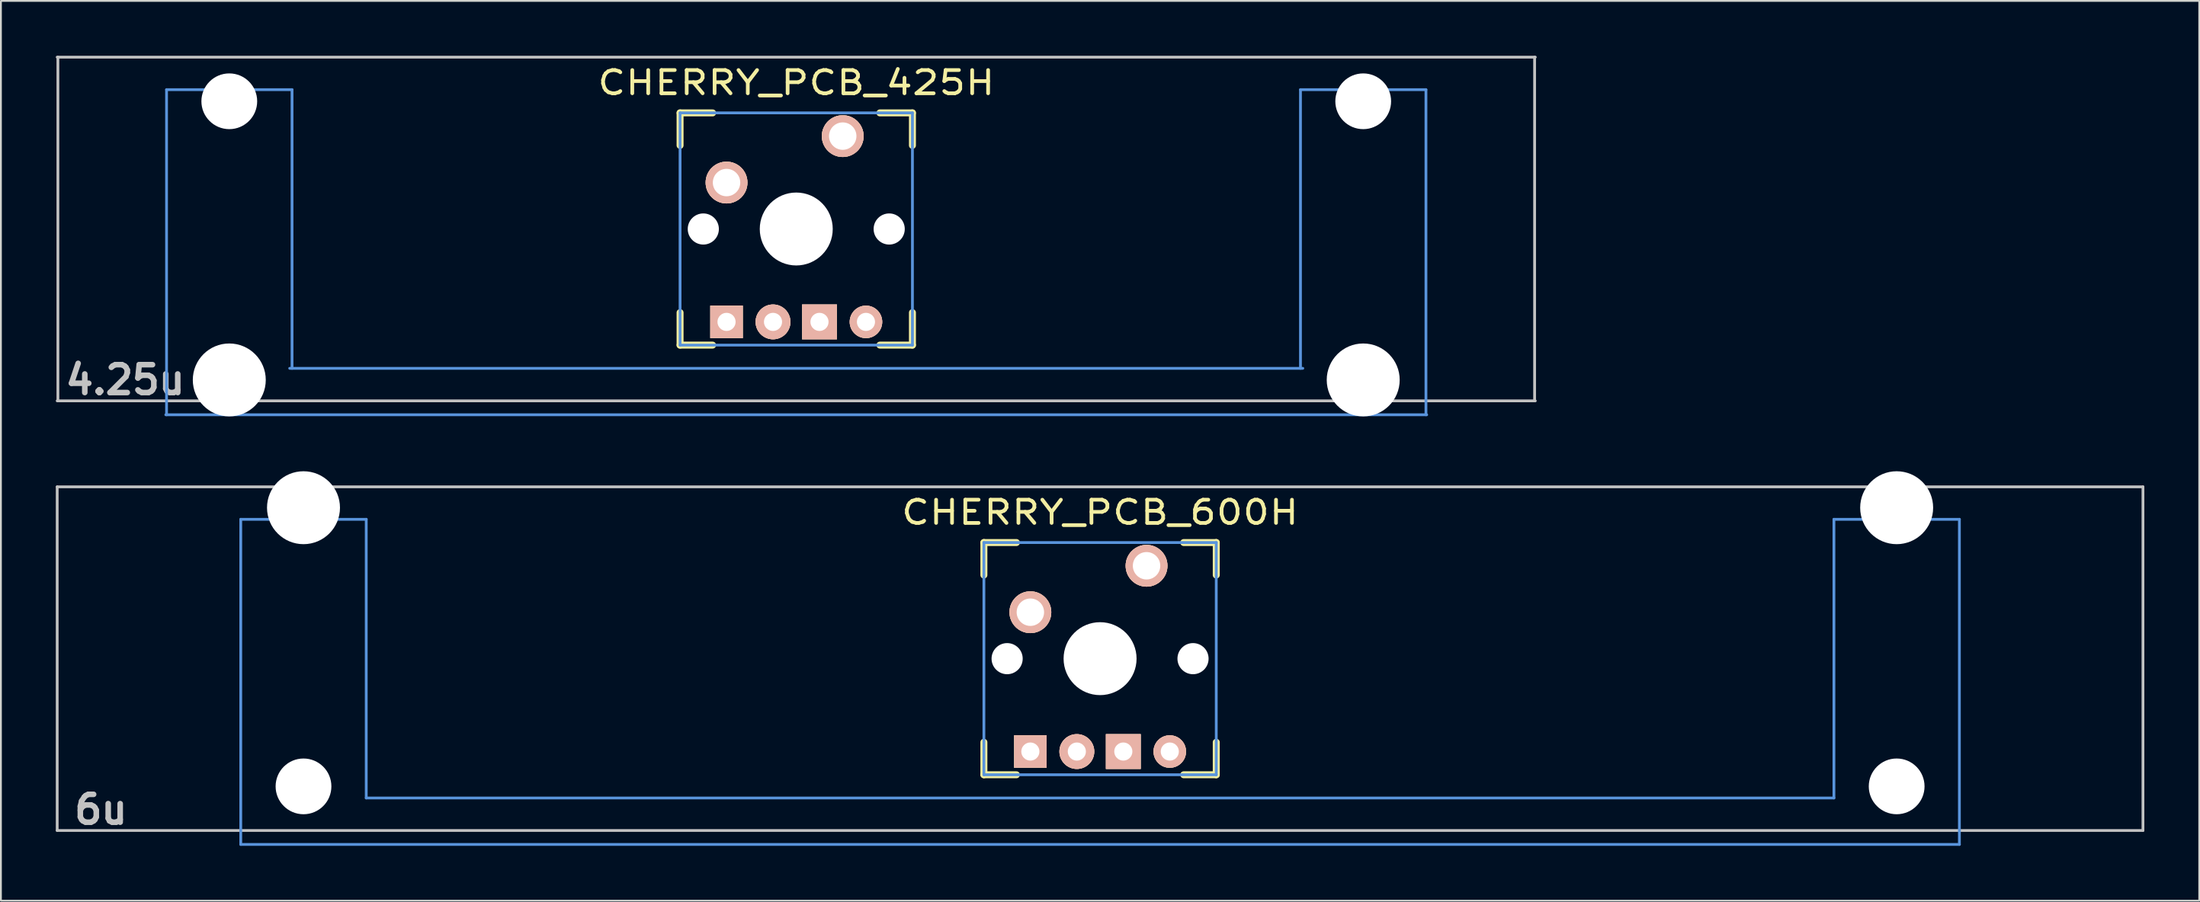
<source format=kicad_pcb>
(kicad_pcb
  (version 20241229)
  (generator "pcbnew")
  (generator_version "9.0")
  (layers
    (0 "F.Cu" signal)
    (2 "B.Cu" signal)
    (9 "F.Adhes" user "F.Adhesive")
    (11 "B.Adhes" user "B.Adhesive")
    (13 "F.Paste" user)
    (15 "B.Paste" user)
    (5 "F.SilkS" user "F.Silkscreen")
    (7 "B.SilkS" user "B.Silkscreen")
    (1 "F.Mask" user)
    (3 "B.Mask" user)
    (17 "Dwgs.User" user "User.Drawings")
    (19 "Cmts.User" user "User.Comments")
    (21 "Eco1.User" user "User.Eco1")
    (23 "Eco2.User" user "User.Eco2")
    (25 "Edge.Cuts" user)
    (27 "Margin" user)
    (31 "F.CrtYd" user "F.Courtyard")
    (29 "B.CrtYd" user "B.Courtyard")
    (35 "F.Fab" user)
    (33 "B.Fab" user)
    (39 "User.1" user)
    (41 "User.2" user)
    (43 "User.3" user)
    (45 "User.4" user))
  (footprint "CHERRY_PCB_425H"
    (layer "F.Cu")
    (at 40.47 9.474)
    (property "Reference" "CHERRY_PCB_425H" (at 0 -8 0) (layer "F.SilkS") (effects (font (size 1.27 1.524) (thickness 0.203))))
    (attr through_hole)
    (fp_line (start -6.35 -6.35) (end -4.572 -6.35) (stroke (width 0.381) (type solid)) (layer "F.SilkS"))
    (fp_line (start -6.35 -4.572) (end -6.35 -6.35) (stroke (width 0.381) (type solid)) (layer "F.SilkS"))
    (fp_line (start -6.35 6.35) (end -6.35 4.572) (stroke (width 0.381) (type solid)) (layer "F.SilkS"))
    (fp_line (start -4.572 6.35) (end -6.35 6.35) (stroke (width 0.381) (type solid)) (layer "F.SilkS"))
    (fp_line (start 4.572 -6.35) (end 6.35 -6.35) (stroke (width 0.381) (type solid)) (layer "F.SilkS"))
    (fp_line (start 6.35 -6.35) (end 6.35 -4.572) (stroke (width 0.381) (type solid)) (layer "F.SilkS"))
    (fp_line (start 6.35 4.572) (end 6.35 6.35) (stroke (width 0.381) (type solid)) (layer "F.SilkS"))
    (fp_line (start 6.35 6.35) (end 4.572 6.35) (stroke (width 0.381) (type solid)) (layer "F.SilkS"))
    (fp_line (start -40.394 -9.398) (end 40.394 -9.398) (stroke (width 0.152) (type solid)) (layer "Dwgs.User"))
    (fp_line (start -40.356 9.398) (end -40.356 -9.398) (stroke (width 0.152) (type solid)) (layer "Dwgs.User"))
    (fp_line (start 40.356 -9.398) (end 40.356 9.398) (stroke (width 0.152) (type solid)) (layer "Dwgs.User"))
    (fp_line (start 40.394 9.398) (end -40.394 9.398) (stroke (width 0.152) (type solid)) (layer "Dwgs.User"))
    (fp_line (start -34.458 10.16) (end 34.458 10.16) (stroke (width 0.152) (type solid)) (layer "Cmts.User"))
    (fp_line (start -34.417 -7.62) (end -34.417 10.16) (stroke (width 0.152) (type solid)) (layer "Cmts.User"))
    (fp_line (start -27.559 -7.62) (end -34.417 -7.62) (stroke (width 0.152) (type solid)) (layer "Cmts.User"))
    (fp_line (start -27.559 7.62) (end -27.559 -7.62) (stroke (width 0.152) (type solid)) (layer "Cmts.User"))
    (fp_line (start -6.35 -6.35) (end 6.35 -6.35) (stroke (width 0.152) (type solid)) (layer "Cmts.User"))
    (fp_line (start -6.35 6.35) (end -6.35 -6.35) (stroke (width 0.152) (type solid)) (layer "Cmts.User"))
    (fp_line (start 6.35 -6.35) (end 6.35 6.35) (stroke (width 0.152) (type solid)) (layer "Cmts.User"))
    (fp_line (start 6.35 6.35) (end -6.35 6.35) (stroke (width 0.152) (type solid)) (layer "Cmts.User"))
    (fp_line (start 27.559 -7.62) (end 27.559 7.62) (stroke (width 0.152) (type solid)) (layer "Cmts.User"))
    (fp_line (start 27.686 7.62) (end -27.686 7.62) (stroke (width 0.152) (type solid)) (layer "Cmts.User"))
    (fp_line (start 34.417 -7.62) (end 27.559 -7.62) (stroke (width 0.152) (type solid)) (layer "Cmts.User"))
    (fp_line (start 34.417 10.16) (end 34.417 -7.62) (stroke (width 0.152) (type solid)) (layer "Cmts.User"))
    (fp_line (start -35.179 -2.286) (end -34.315 -2.286) (stroke (width 0.152) (type solid)) (layer "Eco2.User"))
    (fp_line (start -35.179 0.508) (end -35.179 -2.286) (stroke (width 0.152) (type solid)) (layer "Eco2.User"))
    (fp_line (start -34.315 -5.69) (end -27.661 -5.69) (stroke (width 0.152) (type solid)) (layer "Eco2.User"))
    (fp_line (start -34.315 -2.286) (end -34.315 -5.69) (stroke (width 0.152) (type solid)) (layer "Eco2.User"))
    (fp_line (start -34.315 0.508) (end -35.179 0.508) (stroke (width 0.152) (type solid)) (layer "Eco2.User"))
    (fp_line (start -34.315 6.604) (end -34.315 0.508) (stroke (width 0.152) (type solid)) (layer "Eco2.User"))
    (fp_line (start -33.274 6.604) (end -34.315 6.604) (stroke (width 0.152) (type solid)) (layer "Eco2.User"))
    (fp_line (start -33.274 7.772) (end -33.274 6.604) (stroke (width 0.152) (type solid)) (layer "Eco2.User"))
    (fp_line (start -28.702 6.604) (end -28.702 7.772) (stroke (width 0.152) (type solid)) (layer "Eco2.User"))
    (fp_line (start -28.702 7.772) (end -33.274 7.772) (stroke (width 0.152) (type solid)) (layer "Eco2.User"))
    (fp_line (start -27.699 -2.286) (end -6.985 -2.286) (stroke (width 0.152) (type solid)) (layer "Eco2.User"))
    (fp_line (start -27.661 -5.69) (end -27.661 -2.286) (stroke (width 0.152) (type solid)) (layer "Eco2.User"))
    (fp_line (start -27.661 2.286) (end -27.661 6.604) (stroke (width 0.152) (type solid)) (layer "Eco2.User"))
    (fp_line (start -27.661 6.604) (end -28.702 6.604) (stroke (width 0.152) (type solid)) (layer "Eco2.User"))
    (fp_line (start -6.985 -6.985) (end 6.985 -6.985) (stroke (width 0.152) (type solid)) (layer "Eco2.User"))
    (fp_line (start -6.985 -2.286) (end -6.985 -6.985) (stroke (width 0.152) (type solid)) (layer "Eco2.User"))
    (fp_line (start -6.985 2.286) (end -27.699 2.286) (stroke (width 0.152) (type solid)) (layer "Eco2.User"))
    (fp_line (start -6.985 6.985) (end -6.985 2.286) (stroke (width 0.152) (type solid)) (layer "Eco2.User"))
    (fp_line (start 6.985 -6.985) (end 6.985 -2.286) (stroke (width 0.152) (type solid)) (layer "Eco2.User"))
    (fp_line (start 6.985 -2.286) (end 27.699 -2.286) (stroke (width 0.152) (type solid)) (layer "Eco2.User"))
    (fp_line (start 6.985 2.286) (end 6.985 6.985) (stroke (width 0.152) (type solid)) (layer "Eco2.User"))
    (fp_line (start 6.985 6.985) (end -6.985 6.985) (stroke (width 0.152) (type solid)) (layer "Eco2.User"))
    (fp_line (start 27.661 -5.69) (end 34.315 -5.69) (stroke (width 0.152) (type solid)) (layer "Eco2.User"))
    (fp_line (start 27.661 -2.286) (end 27.661 -5.69) (stroke (width 0.152) (type solid)) (layer "Eco2.User"))
    (fp_line (start 27.661 6.604) (end 27.661 2.286) (stroke (width 0.152) (type solid)) (layer "Eco2.User"))
    (fp_line (start 27.699 2.286) (end 6.985 2.286) (stroke (width 0.152) (type solid)) (layer "Eco2.User"))
    (fp_line (start 28.702 6.604) (end 27.661 6.604) (stroke (width 0.152) (type solid)) (layer "Eco2.User"))
    (fp_line (start 28.702 7.772) (end 28.702 6.604) (stroke (width 0.152) (type solid)) (layer "Eco2.User"))
    (fp_line (start 33.274 6.604) (end 33.274 7.772) (stroke (width 0.152) (type solid)) (layer "Eco2.User"))
    (fp_line (start 33.274 7.772) (end 28.702 7.772) (stroke (width 0.152) (type solid)) (layer "Eco2.User"))
    (fp_line (start 34.315 -5.69) (end 34.315 -2.286) (stroke (width 0.152) (type solid)) (layer "Eco2.User"))
    (fp_line (start 34.315 -2.286) (end 35.179 -2.286) (stroke (width 0.152) (type solid)) (layer "Eco2.User"))
    (fp_line (start 34.315 0.508) (end 34.315 6.604) (stroke (width 0.152) (type solid)) (layer "Eco2.User"))
    (fp_line (start 34.315 6.604) (end 33.274 6.604) (stroke (width 0.152) (type solid)) (layer "Eco2.User"))
    (fp_line (start 35.179 -2.286) (end 35.179 0.508) (stroke (width 0.152) (type solid)) (layer "Eco2.User"))
    (fp_line (start 35.179 0.508) (end 34.315 0.508) (stroke (width 0.152) (type solid)) (layer "Eco2.User"))
    (fp_text user "4.25u" (at -36.673 8.255 0) (layer "Dwgs.User") (effects (font (size 1.524 1.524) (thickness 0.305))))
    (pad "" np_thru_hole circle (at -30.988 -6.985) (size 3.048 3.048) (drill 3.048) (layers "*.Cu"))
    (pad "" np_thru_hole circle (at -30.988 8.255) (size 3.988 3.988) (drill 3.988) (layers "*.Cu"))
    (pad "" np_thru_hole circle (at -5.08 0) (size 1.702 1.702) (drill 1.702) (layers "*.Cu"))
    (pad "" np_thru_hole circle (at 0 0) (size 3.988 3.988) (drill 3.988) (layers "*.Cu"))
    (pad "" np_thru_hole circle (at 5.08 0) (size 1.702 1.702) (drill 1.702) (layers "*.Cu"))
    (pad "" np_thru_hole circle (at 30.988 -6.985) (size 3.048 3.048) (drill 3.048) (layers "*.Cu"))
    (pad "" np_thru_hole circle (at 30.988 8.255) (size 3.988 3.988) (drill 3.988) (layers "*.Cu"))
    (pad "1" thru_hole circle (at 2.54 -5.08) (size 2.286 2.286) (drill 1.499) (layers "*.Cu" "*.SilkS" "*.Mask"))
    (pad "2" thru_hole circle (at -3.81 -2.54) (size 2.286 2.286) (drill 1.499) (layers "*.Cu" "*.SilkS" "*.Mask"))
    (pad "3" thru_hole rect (at -3.81 5.08) (size 1.778 1.778) (drill 0.991) (layers "*.Cu" "*.SilkS" "*.Mask"))
    (pad "4" thru_hole circle (at 3.81 5.08) (size 1.778 1.778) (drill 0.991) (layers "*.Cu" "*.SilkS" "*.Mask"))
    (pad "5" thru_hole circle (at -1.27 5.08) (size 1.905 1.905) (drill 0.991) (layers "*.Cu" "*.SilkS" "*.Mask"))
    (pad "6" thru_hole rect (at 1.27 5.08) (size 1.905 1.905) (drill 0.991) (layers "*.Cu" "*.SilkS" "*.Mask")))
  (footprint "CHERRY_PCB_600H"
    (layer "F.Cu")
    (at 57.076 32.972)
    (property "Reference" "CHERRY_PCB_600H" (at 0 -8 0) (layer "F.SilkS") (effects (font (size 1.27 1.524) (thickness 0.203))))
    (attr through_hole)
    (fp_line (start -6.35 -6.35) (end -4.572 -6.35) (stroke (width 0.381) (type solid)) (layer "F.SilkS"))
    (fp_line (start -6.35 -4.572) (end -6.35 -6.35) (stroke (width 0.381) (type solid)) (layer "F.SilkS"))
    (fp_line (start -6.35 6.35) (end -6.35 4.572) (stroke (width 0.381) (type solid)) (layer "F.SilkS"))
    (fp_line (start -4.572 6.35) (end -6.35 6.35) (stroke (width 0.381) (type solid)) (layer "F.SilkS"))
    (fp_line (start 4.572 -6.35) (end 6.35 -6.35) (stroke (width 0.381) (type solid)) (layer "F.SilkS"))
    (fp_line (start 6.35 -6.35) (end 6.35 -4.572) (stroke (width 0.381) (type solid)) (layer "F.SilkS"))
    (fp_line (start 6.35 4.572) (end 6.35 6.35) (stroke (width 0.381) (type solid)) (layer "F.SilkS"))
    (fp_line (start 6.35 6.35) (end 4.572 6.35) (stroke (width 0.381) (type solid)) (layer "F.SilkS"))
    (fp_line (start -57 -9.398) (end 57 -9.398) (stroke (width 0.152) (type solid)) (layer "Dwgs.User"))
    (fp_line (start -57 9.398) (end -57 -9.398) (stroke (width 0.152) (type solid)) (layer "Dwgs.User"))
    (fp_line (start 57 -9.398) (end 57 9.398) (stroke (width 0.152) (type solid)) (layer "Dwgs.User"))
    (fp_line (start 57 9.398) (end -57 9.398) (stroke (width 0.152) (type solid)) (layer "Dwgs.User"))
    (fp_line (start -46.967 -7.62) (end -46.967 10.16) (stroke (width 0.152) (type solid)) (layer "Cmts.User"))
    (fp_line (start -46.967 10.16) (end 46.967 10.16) (stroke (width 0.152) (type solid)) (layer "Cmts.User"))
    (fp_line (start -40.109 -7.62) (end -46.967 -7.62) (stroke (width 0.152) (type solid)) (layer "Cmts.User"))
    (fp_line (start -40.109 7.62) (end -40.109 -7.62) (stroke (width 0.152) (type solid)) (layer "Cmts.User"))
    (fp_line (start -6.35 -6.35) (end 6.35 -6.35) (stroke (width 0.152) (type solid)) (layer "Cmts.User"))
    (fp_line (start -6.35 6.35) (end -6.35 -6.35) (stroke (width 0.152) (type solid)) (layer "Cmts.User"))
    (fp_line (start 6.35 -6.35) (end 6.35 6.35) (stroke (width 0.152) (type solid)) (layer "Cmts.User"))
    (fp_line (start 6.35 6.35) (end -6.35 6.35) (stroke (width 0.152) (type solid)) (layer "Cmts.User"))
    (fp_line (start 40.109 -7.62) (end 40.109 7.62) (stroke (width 0.152) (type solid)) (layer "Cmts.User"))
    (fp_line (start 40.109 7.62) (end -40.109 7.62) (stroke (width 0.152) (type solid)) (layer "Cmts.User"))
    (fp_line (start 46.967 -7.62) (end 40.109 -7.62) (stroke (width 0.152) (type solid)) (layer "Cmts.User"))
    (fp_line (start 46.967 10.16) (end 46.967 -7.62) (stroke (width 0.152) (type solid)) (layer "Cmts.User"))
    (fp_line (start -47.729 -2.286) (end -46.866 -2.286) (stroke (width 0.152) (type solid)) (layer "Eco2.User"))
    (fp_line (start -47.729 0.508) (end -47.729 -2.286) (stroke (width 0.152) (type solid)) (layer "Eco2.User"))
    (fp_line (start -46.866 -5.69) (end -40.211 -5.69) (stroke (width 0.152) (type solid)) (layer "Eco2.User"))
    (fp_line (start -46.866 -2.286) (end -46.866 -5.69) (stroke (width 0.152) (type solid)) (layer "Eco2.User"))
    (fp_line (start -46.866 0.508) (end -47.729 0.508) (stroke (width 0.152) (type solid)) (layer "Eco2.User"))
    (fp_line (start -46.866 6.604) (end -46.866 0.508) (stroke (width 0.152) (type solid)) (layer "Eco2.User"))
    (fp_line (start -45.824 6.604) (end -46.866 6.604) (stroke (width 0.152) (type solid)) (layer "Eco2.User"))
    (fp_line (start -45.824 7.772) (end -45.824 6.604) (stroke (width 0.152) (type solid)) (layer "Eco2.User"))
    (fp_line (start -41.252 6.604) (end -41.252 7.772) (stroke (width 0.152) (type solid)) (layer "Eco2.User"))
    (fp_line (start -41.252 7.772) (end -45.824 7.772) (stroke (width 0.152) (type solid)) (layer "Eco2.User"))
    (fp_line (start -40.211 -5.69) (end -40.211 -2.286) (stroke (width 0.152) (type solid)) (layer "Eco2.User"))
    (fp_line (start -40.211 -2.286) (end -6.985 -2.286) (stroke (width 0.152) (type solid)) (layer "Eco2.User"))
    (fp_line (start -40.211 2.286) (end -40.211 6.604) (stroke (width 0.152) (type solid)) (layer "Eco2.User"))
    (fp_line (start -40.211 6.604) (end -41.252 6.604) (stroke (width 0.152) (type solid)) (layer "Eco2.User"))
    (fp_line (start -6.985 -6.985) (end 6.985 -6.985) (stroke (width 0.152) (type solid)) (layer "Eco2.User"))
    (fp_line (start -6.985 -2.286) (end -6.985 -6.985) (stroke (width 0.152) (type solid)) (layer "Eco2.User"))
    (fp_line (start -6.985 2.286) (end -40.211 2.286) (stroke (width 0.152) (type solid)) (layer "Eco2.User"))
    (fp_line (start -6.985 6.985) (end -6.985 2.286) (stroke (width 0.152) (type solid)) (layer "Eco2.User"))
    (fp_line (start 6.985 -6.985) (end 6.985 -2.286) (stroke (width 0.152) (type solid)) (layer "Eco2.User"))
    (fp_line (start 6.985 -2.286) (end 40.211 -2.286) (stroke (width 0.152) (type solid)) (layer "Eco2.User"))
    (fp_line (start 6.985 2.286) (end 6.985 6.985) (stroke (width 0.152) (type solid)) (layer "Eco2.User"))
    (fp_line (start 6.985 6.985) (end -6.985 6.985) (stroke (width 0.152) (type solid)) (layer "Eco2.User"))
    (fp_line (start 40.211 -5.69) (end 46.866 -5.69) (stroke (width 0.152) (type solid)) (layer "Eco2.User"))
    (fp_line (start 40.211 -2.286) (end 40.211 -5.69) (stroke (width 0.152) (type solid)) (layer "Eco2.User"))
    (fp_line (start 40.211 2.286) (end 6.985 2.286) (stroke (width 0.152) (type solid)) (layer "Eco2.User"))
    (fp_line (start 40.211 6.604) (end 40.211 2.286) (stroke (width 0.152) (type solid)) (layer "Eco2.User"))
    (fp_line (start 41.252 6.604) (end 40.211 6.604) (stroke (width 0.152) (type solid)) (layer "Eco2.User"))
    (fp_line (start 41.252 7.772) (end 41.252 6.604) (stroke (width 0.152) (type solid)) (layer "Eco2.User"))
    (fp_line (start 45.824 6.604) (end 45.824 7.772) (stroke (width 0.152) (type solid)) (layer "Eco2.User"))
    (fp_line (start 45.824 7.772) (end 41.252 7.772) (stroke (width 0.152) (type solid)) (layer "Eco2.User"))
    (fp_line (start 46.866 -5.69) (end 46.866 -2.286) (stroke (width 0.152) (type solid)) (layer "Eco2.User"))
    (fp_line (start 46.866 -2.286) (end 47.729 -2.286) (stroke (width 0.152) (type solid)) (layer "Eco2.User"))
    (fp_line (start 46.866 0.508) (end 46.866 6.604) (stroke (width 0.152) (type solid)) (layer "Eco2.User"))
    (fp_line (start 46.866 6.604) (end 45.824 6.604) (stroke (width 0.152) (type solid)) (layer "Eco2.User"))
    (fp_line (start 47.729 -2.286) (end 47.729 0.508) (stroke (width 0.152) (type solid)) (layer "Eco2.User"))
    (fp_line (start 47.729 0.508) (end 46.866 0.508) (stroke (width 0.152) (type solid)) (layer "Eco2.User"))
    (fp_text user "6u" (at -54.61 8.255 0) (layer "Dwgs.User") (effects (font (size 1.524 1.524) (thickness 0.305))))
    (pad "" np_thru_hole circle (at -43.538 -8.255) (size 3.988 3.988) (drill 3.988) (layers "*.Cu"))
    (pad "" np_thru_hole circle (at -43.538 6.985) (size 3.048 3.048) (drill 3.048) (layers "*.Cu"))
    (pad "" np_thru_hole circle (at -5.08 0) (size 1.702 1.702) (drill 1.702) (layers "*.Cu"))
    (pad "" np_thru_hole circle (at 0 0) (size 3.988 3.988) (drill 3.988) (layers "*.Cu"))
    (pad "" np_thru_hole circle (at 5.08 0) (size 1.702 1.702) (drill 1.702) (layers "*.Cu"))
    (pad "" np_thru_hole circle (at 43.538 -8.255) (size 3.988 3.988) (drill 3.988) (layers "*.Cu"))
    (pad "" np_thru_hole circle (at 43.538 6.985) (size 3.048 3.048) (drill 3.048) (layers "*.Cu"))
    (pad "1" thru_hole circle (at 2.54 -5.08) (size 2.286 2.286) (drill 1.499) (layers "*.Cu" "*.SilkS" "*.Mask"))
    (pad "2" thru_hole circle (at -3.81 -2.54) (size 2.286 2.286) (drill 1.499) (layers "*.Cu" "*.SilkS" "*.Mask"))
    (pad "3" thru_hole rect (at -3.81 5.08) (size 1.778 1.778) (drill 0.991) (layers "*.Cu" "*.SilkS" "*.Mask"))
    (pad "4" thru_hole circle (at 3.81 5.08) (size 1.778 1.778) (drill 0.991) (layers "*.Cu" "*.SilkS" "*.Mask"))
    (pad "5" thru_hole circle (at -1.27 5.08) (size 1.905 1.905) (drill 0.991) (layers "*.Cu" "*.SilkS" "*.Mask"))
    (pad "6" thru_hole rect (at 1.27 5.08) (size 1.905 1.905) (drill 0.991) (layers "*.Cu" "*.SilkS" "*.Mask")))
  (gr_rect
    (start -3 -3)
    (end 117.153 46.208)
    (stroke (width 0.1) (type default))
    (fill no)
    (layer "Edge.Cuts")))
</source>
